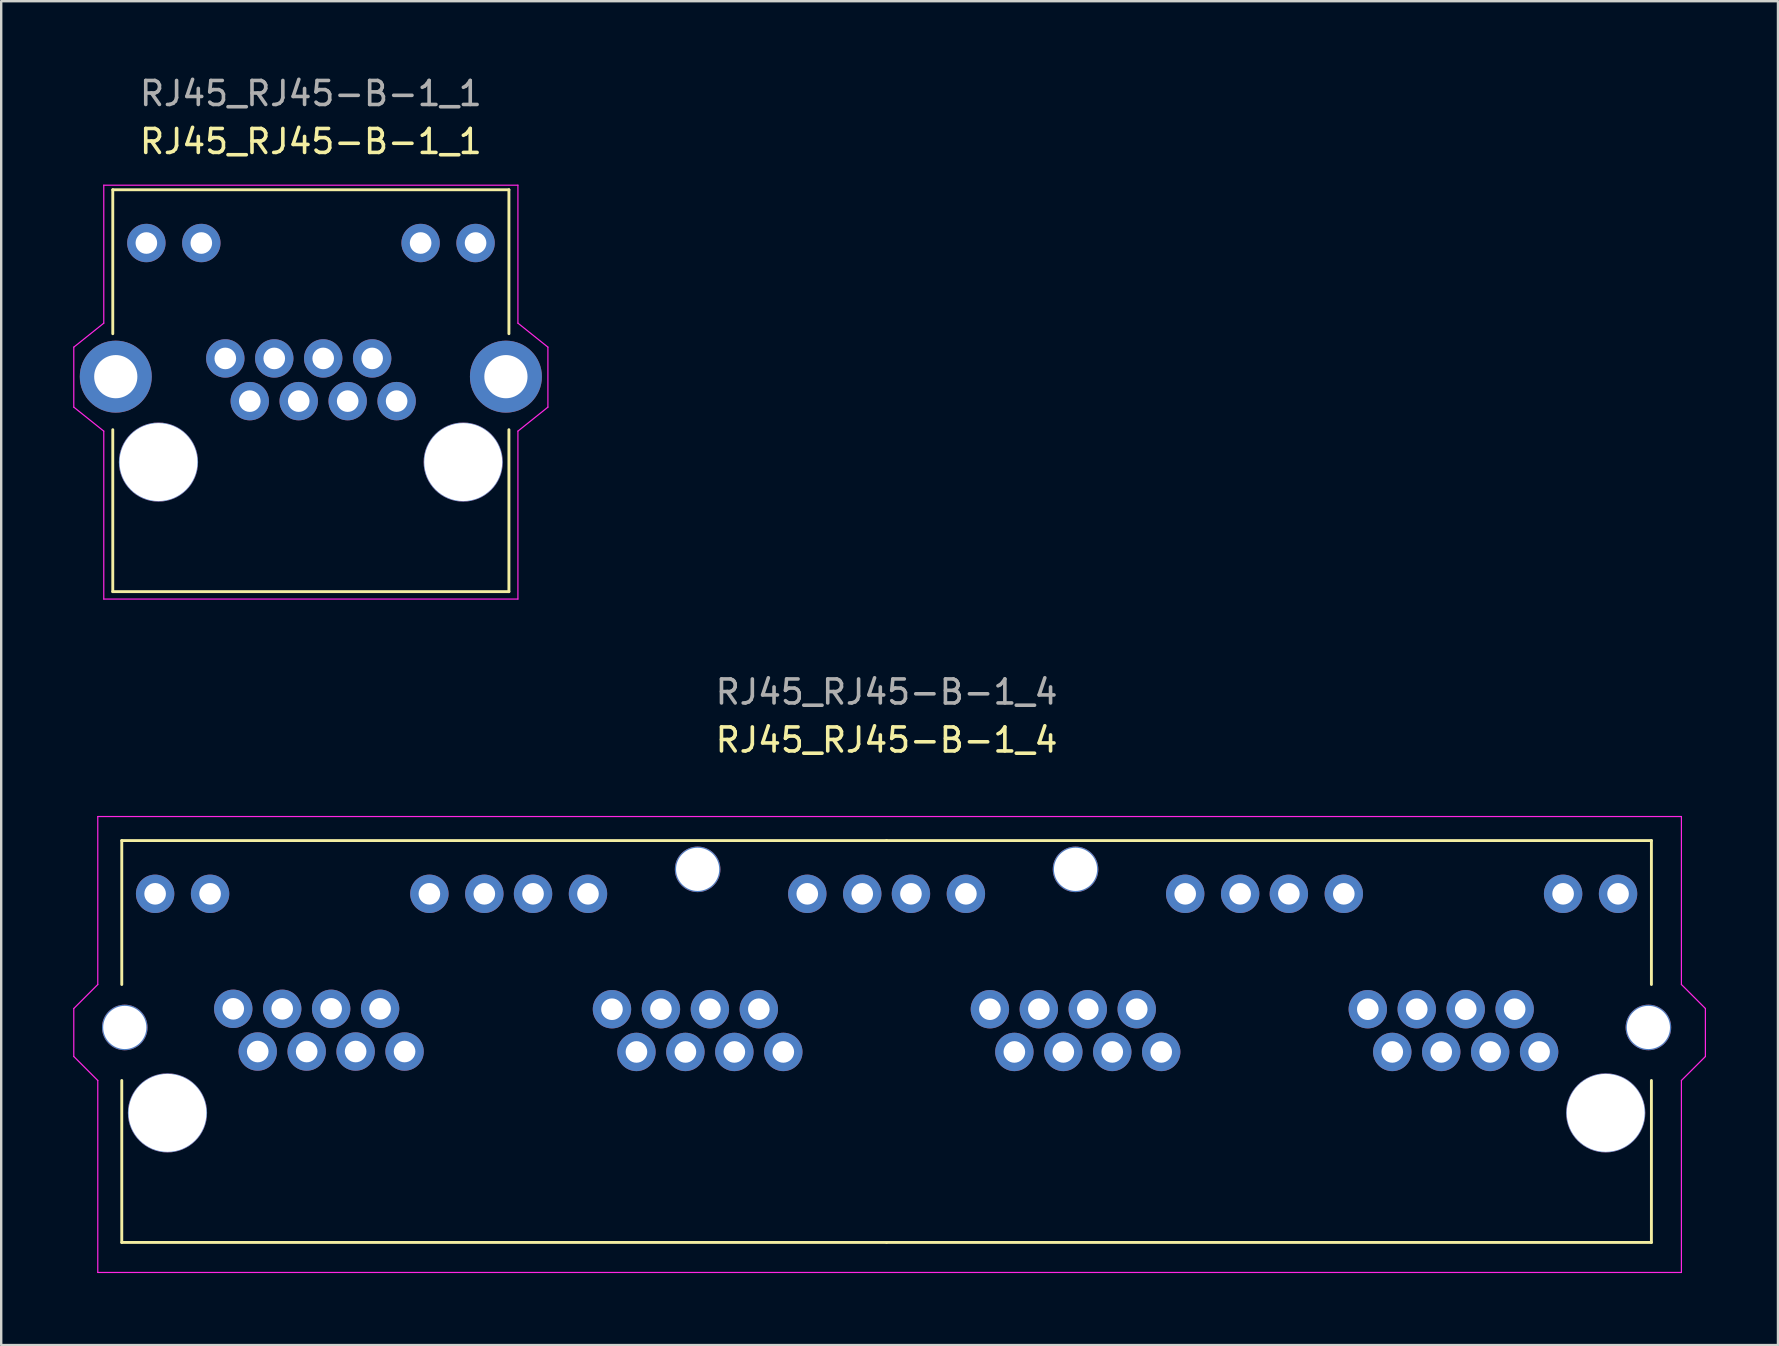
<source format=kicad_pcb>
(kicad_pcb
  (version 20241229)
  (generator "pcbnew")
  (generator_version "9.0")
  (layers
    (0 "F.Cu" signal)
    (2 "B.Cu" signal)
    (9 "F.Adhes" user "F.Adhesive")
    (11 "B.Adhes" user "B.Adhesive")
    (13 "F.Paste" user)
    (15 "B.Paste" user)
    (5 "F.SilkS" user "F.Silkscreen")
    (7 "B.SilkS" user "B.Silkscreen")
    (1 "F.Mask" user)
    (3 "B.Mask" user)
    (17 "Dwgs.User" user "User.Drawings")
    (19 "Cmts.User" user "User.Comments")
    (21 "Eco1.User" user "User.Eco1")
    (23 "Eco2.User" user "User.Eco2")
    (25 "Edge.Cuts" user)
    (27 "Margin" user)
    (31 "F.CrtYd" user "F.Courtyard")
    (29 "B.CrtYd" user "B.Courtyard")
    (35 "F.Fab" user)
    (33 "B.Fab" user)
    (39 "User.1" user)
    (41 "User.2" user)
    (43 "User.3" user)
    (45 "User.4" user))
  (footprint "RJ45_RJ45-B-1_1"
    (layer "F.Cu")
    (at 9.905 12.648)
    (property "Reference" "RJ45_RJ45-B-1_1" (at 0 -9.8 0) (unlocked yes) (layer "F.SilkS") (effects (font (size 1 1) (thickness 0.15))))
    (attr through_hole)
    (fp_line (start -8.255 -7.79) (end -8.255 -1.79) (stroke (width 0.12) (type default)) (layer "F.SilkS"))
    (fp_line (start -8.255 8.96) (end -8.255 2.21) (stroke (width 0.12) (type default)) (layer "F.SilkS"))
    (fp_line (start 8.255 -7.79) (end -8.255 -7.79) (stroke (width 0.12) (type default)) (layer "F.SilkS"))
    (fp_line (start 8.255 -7.79) (end 8.255 -1.79) (stroke (width 0.12) (type default)) (layer "F.SilkS"))
    (fp_line (start 8.255 8.96) (end -8.255 8.96) (stroke (width 0.12) (type default)) (layer "F.SilkS"))
    (fp_line (start 8.255 8.96) (end 8.255 2.21) (stroke (width 0.12) (type default)) (layer "F.SilkS"))
    (fp_line (start -9.88 -1.23) (end -8.63 -2.23) (stroke (width 0.05) (type default)) (layer "F.CrtYd"))
    (fp_line (start -9.88 1.27) (end -9.88 -1.23) (stroke (width 0.05) (type default)) (layer "F.CrtYd"))
    (fp_line (start -8.63 -2.23) (end -8.63 -7.98) (stroke (width 0.05) (type default)) (layer "F.CrtYd"))
    (fp_line (start -8.63 2.27) (end -9.88 1.27) (stroke (width 0.05) (type default)) (layer "F.CrtYd"))
    (fp_line (start -8.63 9.27) (end -8.63 2.27) (stroke (width 0.05) (type default)) (layer "F.CrtYd"))
    (fp_line (start -8.63 9.27) (end 8.63 9.27) (stroke (width 0.05) (type default)) (layer "F.CrtYd"))
    (fp_line (start 8.63 -7.98) (end -8.63 -7.98) (stroke (width 0.05) (type default)) (layer "F.CrtYd"))
    (fp_line (start 8.63 -2.23) (end 8.63 -7.98) (stroke (width 0.05) (type default)) (layer "F.CrtYd"))
    (fp_line (start 8.63 -2.23) (end 9.88 -1.23) (stroke (width 0.05) (type default)) (layer "F.CrtYd"))
    (fp_line (start 8.63 2.27) (end 9.88 1.27) (stroke (width 0.05) (type default)) (layer "F.CrtYd"))
    (fp_line (start 8.63 9.27) (end 8.63 2.27) (stroke (width 0.05) (type default)) (layer "F.CrtYd"))
    (fp_line (start 9.88 1.27) (end 9.88 -1.23) (stroke (width 0.05) (type default)) (layer "F.CrtYd"))
    (fp_text user "${REFERENCE}" (at 0 -11.8 0) (unlocked yes) (layer "F.Fab") (effects (font (size 1 1) (thickness 0.15))))
    (pad "" np_thru_hole circle (at -6.35 3.56) (size 3.3 3.3) (drill 3.25) (layers "*.Cu" "*.Mask"))
    (pad "" np_thru_hole circle (at 6.35 3.56) (size 3.3 3.3) (drill 3.25) (layers "*.Cu" "*.Mask"))
    (pad "1a" thru_hole circle (at 3.575 1.02) (size 1.6 1.6) (drill 0.9) (layers "*.Cu" "*.Mask"))
    (pad "2a" thru_hole circle (at 2.555 -0.76) (size 1.6 1.6) (drill 0.9) (layers "*.Cu" "*.Mask"))
    (pad "3a" thru_hole circle (at 1.535 1.02) (size 1.6 1.6) (drill 0.9) (layers "*.Cu" "*.Mask"))
    (pad "4a" thru_hole circle (at 0.515 -0.76) (size 1.6 1.6) (drill 0.9) (layers "*.Cu" "*.Mask"))
    (pad "5a" thru_hole circle (at -0.505 1.02) (size 1.6 1.6) (drill 0.9) (layers "*.Cu" "*.Mask"))
    (pad "6a" thru_hole circle (at -1.525 -0.76) (size 1.6 1.6) (drill 0.9) (layers "*.Cu" "*.Mask"))
    (pad "7a" thru_hole circle (at -2.545 1.02) (size 1.6 1.6) (drill 0.9) (layers "*.Cu" "*.Mask"))
    (pad "8a" thru_hole circle (at -3.565 -0.76) (size 1.6 1.6) (drill 0.9) (layers "*.Cu" "*.Mask"))
    (pad "9a" thru_hole circle (at 6.865 -5.57) (size 1.6 1.6) (drill 0.9) (layers "*.Cu" "*.Mask"))
    (pad "10a" thru_hole circle (at 4.575 -5.57) (size 1.6 1.6) (drill 0.9) (layers "*.Cu" "*.Mask"))
    (pad "11a" thru_hole circle (at -4.565 -5.57) (size 1.6 1.6) (drill 0.9) (layers "*.Cu" "*.Mask"))
    (pad "12a" thru_hole circle (at -6.855 -5.57) (size 1.6 1.6) (drill 0.9) (layers "*.Cu" "*.Mask"))
    (pad "SH" thru_hole circle (at -8.13 0) (size 3 3) (drill 1.8) (layers "*.Cu" "*.Mask"))
    (pad "SH" thru_hole circle (at 8.13 0) (size 3 3) (drill 1.8) (layers "*.Cu" "*.Mask")))
  (footprint "RJ45_RJ45-B-1_4"
    (layer "F.Cu")
    (at 33.9 40.791)
    (property "Reference" "RJ45_RJ45-B-1_4" (at 0 -13 0) (unlocked yes) (layer "F.SilkS") (effects (font (size 1 1) (thickness 0.15))))
    (attr through_hole)
    (fp_line (start -31.875 -8.81) (end -31.875 -2.81) (stroke (width 0.12) (type default)) (layer "F.SilkS"))
    (fp_line (start -31.875 -8.81) (end 0 -8.81) (stroke (width 0.12) (type default)) (layer "F.SilkS"))
    (fp_line (start -31.875 7.94) (end -31.875 1.19) (stroke (width 0.12) (type default)) (layer "F.SilkS"))
    (fp_line (start -31.875 7.94) (end 0 7.94) (stroke (width 0.12) (type default)) (layer "F.SilkS"))
    (fp_line (start 31.875 -8.81) (end 0 -8.81) (stroke (width 0.12) (type default)) (layer "F.SilkS"))
    (fp_line (start 31.875 -8.81) (end 31.875 -2.81) (stroke (width 0.12) (type default)) (layer "F.SilkS"))
    (fp_line (start 31.875 7.94) (end 0 7.94) (stroke (width 0.12) (type default)) (layer "F.SilkS"))
    (fp_line (start 31.875 7.94) (end 31.875 1.19) (stroke (width 0.12) (type default)) (layer "F.SilkS"))
    (fp_line (start -33.875 -1.81) (end -33.875 0.19) (stroke (width 0.05) (type default)) (layer "F.CrtYd"))
    (fp_line (start -33.875 0.19) (end -32.875 1.19) (stroke (width 0.05) (type default)) (layer "F.CrtYd"))
    (fp_line (start -32.875 -9.81) (end -32.875 -2.81) (stroke (width 0.05) (type default)) (layer "F.CrtYd"))
    (fp_line (start -32.875 -2.81) (end -33.875 -1.81) (stroke (width 0.05) (type default)) (layer "F.CrtYd"))
    (fp_line (start -32.875 1.19) (end -32.875 9.19) (stroke (width 0.05) (type default)) (layer "F.CrtYd"))
    (fp_line (start -32.875 9.19) (end 33.125 9.19) (stroke (width 0.05) (type default)) (layer "F.CrtYd"))
    (fp_line (start 33.125 -9.81) (end -32.875 -9.81) (stroke (width 0.05) (type default)) (layer "F.CrtYd"))
    (fp_line (start 33.125 -2.81) (end 33.125 -9.81) (stroke (width 0.05) (type default)) (layer "F.CrtYd"))
    (fp_line (start 33.125 1.19) (end 34.125 0.19) (stroke (width 0.05) (type default)) (layer "F.CrtYd"))
    (fp_line (start 33.125 9.19) (end 33.125 1.19) (stroke (width 0.05) (type default)) (layer "F.CrtYd"))
    (fp_line (start 34.125 -1.81) (end 33.125 -2.81) (stroke (width 0.05) (type default)) (layer "F.CrtYd"))
    (fp_line (start 34.125 0.19) (end 34.125 -1.81) (stroke (width 0.05) (type default)) (layer "F.CrtYd"))
    (fp_text user "${REFERENCE}" (at 0 -15 0) (unlocked yes) (layer "F.Fab") (effects (font (size 1 1) (thickness 0.15))))
    (pad "" np_thru_hole circle (at -31.75 -1.02) (size 1.9 1.9) (drill 1.8) (layers "*.Cu" "*.Mask"))
    (pad "" np_thru_hole circle (at -29.97 2.54) (size 3.3 3.3) (drill 3.25) (layers "*.Cu" "*.Mask"))
    (pad "" np_thru_hole circle (at -7.875 -7.61) (size 1.9 1.9) (drill 1.8) (layers "*.Cu" "*.Mask"))
    (pad "" np_thru_hole circle (at 7.875 -7.61) (size 1.9 1.9) (drill 1.8) (layers "*.Cu" "*.Mask"))
    (pad "" np_thru_hole circle (at 29.97 2.54) (size 3.3 3.3) (drill 3.25) (layers "*.Cu" "*.Mask"))
    (pad "" np_thru_hole circle (at 31.75 -1.02) (size 1.9 1.9) (drill 1.8) (layers "*.Cu" "*.Mask"))
    (pad "1a" thru_hole circle (at 27.195 0) (size 1.6 1.6) (drill 0.9) (layers "*.Cu" "*.Mask"))
    (pad "1b" thru_hole circle (at 11.445 0) (size 1.6 1.6) (drill 0.9) (layers "*.Cu" "*.Mask"))
    (pad "1c" thru_hole circle (at -4.305 0) (size 1.6 1.6) (drill 0.9) (layers "*.Cu" "*.Mask"))
    (pad "1d" thru_hole circle (at -20.089 -0.017) (size 1.6 1.6) (drill 0.9) (layers "*.Cu" "*.Mask"))
    (pad "2a" thru_hole circle (at 26.175 -1.78) (size 1.6 1.6) (drill 0.9) (layers "*.Cu" "*.Mask"))
    (pad "2b" thru_hole circle (at 10.425 -1.78) (size 1.6 1.6) (drill 0.9) (layers "*.Cu" "*.Mask"))
    (pad "2c" thru_hole circle (at -5.325 -1.78) (size 1.6 1.6) (drill 0.9) (layers "*.Cu" "*.Mask"))
    (pad "2d" thru_hole circle (at -21.109 -1.797) (size 1.6 1.6) (drill 0.9) (layers "*.Cu" "*.Mask"))
    (pad "3a" thru_hole circle (at 25.155 0) (size 1.6 1.6) (drill 0.9) (layers "*.Cu" "*.Mask"))
    (pad "3b" thru_hole circle (at 9.405 0) (size 1.6 1.6) (drill 0.9) (layers "*.Cu" "*.Mask"))
    (pad "3c" thru_hole circle (at -6.345 0) (size 1.6 1.6) (drill 0.9) (layers "*.Cu" "*.Mask"))
    (pad "3d" thru_hole circle (at -22.129 -0.017) (size 1.6 1.6) (drill 0.9) (layers "*.Cu" "*.Mask"))
    (pad "4a" thru_hole circle (at 24.135 -1.78) (size 1.6 1.6) (drill 0.9) (layers "*.Cu" "*.Mask"))
    (pad "4b" thru_hole circle (at 8.385 -1.78) (size 1.6 1.6) (drill 0.9) (layers "*.Cu" "*.Mask"))
    (pad "4c" thru_hole circle (at -7.365 -1.78) (size 1.6 1.6) (drill 0.9) (layers "*.Cu" "*.Mask"))
    (pad "4d" thru_hole circle (at -23.149 -1.797) (size 1.6 1.6) (drill 0.9) (layers "*.Cu" "*.Mask"))
    (pad "5a" thru_hole circle (at 23.115 0) (size 1.6 1.6) (drill 0.9) (layers "*.Cu" "*.Mask"))
    (pad "5b" thru_hole circle (at 7.365 0) (size 1.6 1.6) (drill 0.9) (layers "*.Cu" "*.Mask"))
    (pad "5c" thru_hole circle (at -8.385 0) (size 1.6 1.6) (drill 0.9) (layers "*.Cu" "*.Mask"))
    (pad "5d" thru_hole circle (at -24.169 -0.017) (size 1.6 1.6) (drill 0.9) (layers "*.Cu" "*.Mask"))
    (pad "6a" thru_hole circle (at 22.095 -1.78) (size 1.6 1.6) (drill 0.9) (layers "*.Cu" "*.Mask"))
    (pad "6b" thru_hole circle (at 6.345 -1.78) (size 1.6 1.6) (drill 0.9) (layers "*.Cu" "*.Mask"))
    (pad "6c" thru_hole circle (at -9.405 -1.78) (size 1.6 1.6) (drill 0.9) (layers "*.Cu" "*.Mask"))
    (pad "6d" thru_hole circle (at -25.189 -1.797) (size 1.6 1.6) (drill 0.9) (layers "*.Cu" "*.Mask"))
    (pad "7a" thru_hole circle (at 21.075 0) (size 1.6 1.6) (drill 0.9) (layers "*.Cu" "*.Mask"))
    (pad "7b" thru_hole circle (at 5.325 0) (size 1.6 1.6) (drill 0.9) (layers "*.Cu" "*.Mask"))
    (pad "7c" thru_hole circle (at -10.425 0) (size 1.6 1.6) (drill 0.9) (layers "*.Cu" "*.Mask"))
    (pad "7d" thru_hole circle (at -26.209 -0.017) (size 1.6 1.6) (drill 0.9) (layers "*.Cu" "*.Mask"))
    (pad "8a" thru_hole circle (at 20.055 -1.78) (size 1.6 1.6) (drill 0.9) (layers "*.Cu" "*.Mask"))
    (pad "8b" thru_hole circle (at 4.305 -1.78) (size 1.6 1.6) (drill 0.9) (layers "*.Cu" "*.Mask"))
    (pad "8c" thru_hole circle (at -11.445 -1.78) (size 1.6 1.6) (drill 0.9) (layers "*.Cu" "*.Mask"))
    (pad "8d" thru_hole circle (at -27.229 -1.797) (size 1.6 1.6) (drill 0.9) (layers "*.Cu" "*.Mask"))
    (pad "9a" thru_hole circle (at 30.485 -6.59) (size 1.6 1.6) (drill 0.9) (layers "*.Cu" "*.Mask"))
    (pad "9b" thru_hole circle (at 14.735 -6.59) (size 1.6 1.6) (drill 0.9) (layers "*.Cu" "*.Mask"))
    (pad "9c" thru_hole circle (at -1.015 -6.59) (size 1.6 1.6) (drill 0.9) (layers "*.Cu" "*.Mask"))
    (pad "9d" thru_hole circle (at -16.765 -6.59) (size 1.6 1.6) (drill 0.9) (layers "*.Cu" "*.Mask"))
    (pad "10a" thru_hole circle (at 28.195 -6.59) (size 1.6 1.6) (drill 0.9) (layers "*.Cu" "*.Mask"))
    (pad "10b" thru_hole circle (at 12.445 -6.59) (size 1.6 1.6) (drill 0.9) (layers "*.Cu" "*.Mask"))
    (pad "10c" thru_hole circle (at -3.305 -6.59) (size 1.6 1.6) (drill 0.9) (layers "*.Cu" "*.Mask"))
    (pad "10d" thru_hole circle (at -19.055 -6.59) (size 1.6 1.6) (drill 0.9) (layers "*.Cu" "*.Mask"))
    (pad "11a" thru_hole circle (at 19.055 -6.59) (size 1.6 1.6) (drill 0.9) (layers "*.Cu" "*.Mask"))
    (pad "11b" thru_hole circle (at 3.305 -6.59) (size 1.6 1.6) (drill 0.9) (layers "*.Cu" "*.Mask"))
    (pad "11c" thru_hole circle (at -12.445 -6.59) (size 1.6 1.6) (drill 0.9) (layers "*.Cu" "*.Mask"))
    (pad "11d" thru_hole circle (at -28.195 -6.59) (size 1.6 1.6) (drill 0.9) (layers "*.Cu" "*.Mask"))
    (pad "12a" thru_hole circle (at 16.765 -6.59) (size 1.6 1.6) (drill 0.9) (layers "*.Cu" "*.Mask"))
    (pad "12b" thru_hole circle (at 1.015 -6.59) (size 1.6 1.6) (drill 0.9) (layers "*.Cu" "*.Mask"))
    (pad "12c" thru_hole circle (at -14.735 -6.59) (size 1.6 1.6) (drill 0.9) (layers "*.Cu" "*.Mask"))
    (pad "12d" thru_hole circle (at -30.485 -6.59) (size 1.6 1.6) (drill 0.9) (layers "*.Cu" "*.Mask")))
  (gr_rect
    (start -3 -3)
    (end 71.05 53.007)
    (stroke (width 0.1) (type default))
    (fill no)
    (layer "Edge.Cuts")))
</source>
